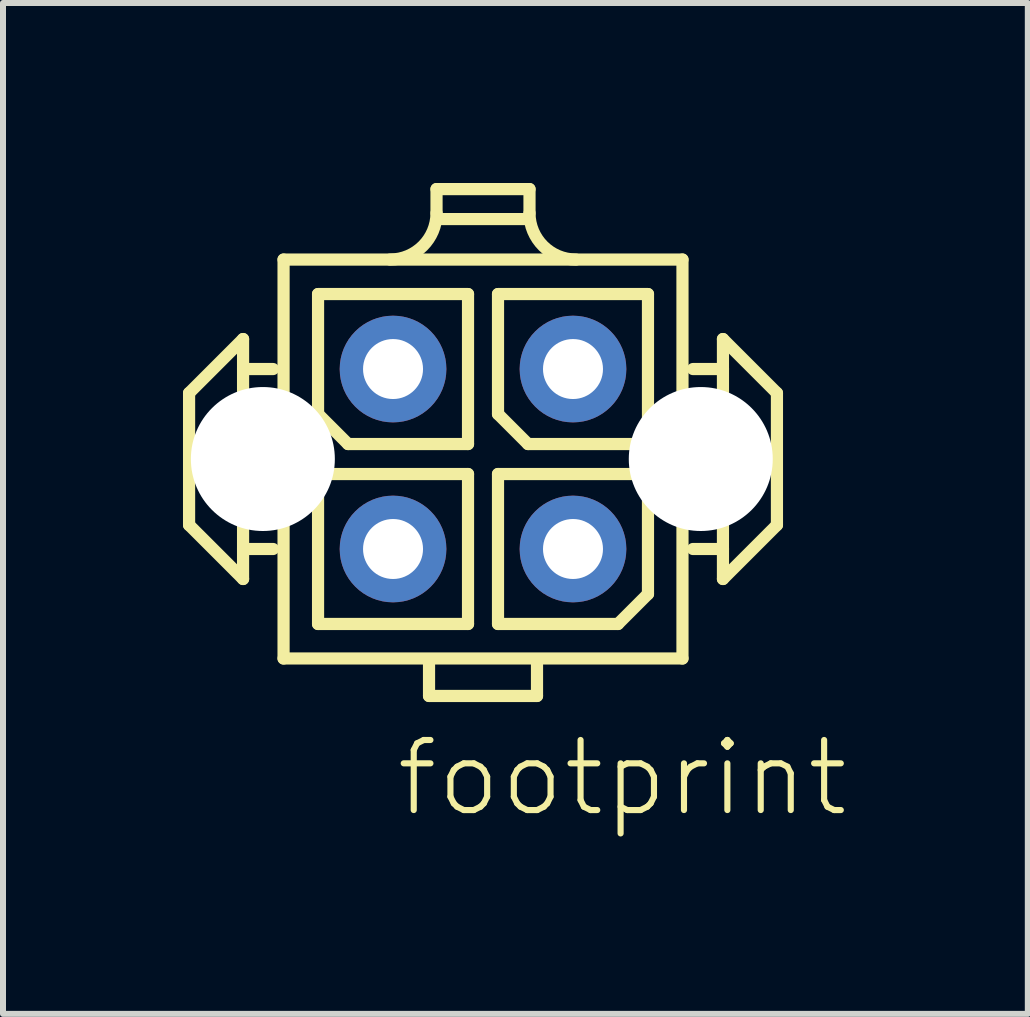
<source format=kicad_pcb>
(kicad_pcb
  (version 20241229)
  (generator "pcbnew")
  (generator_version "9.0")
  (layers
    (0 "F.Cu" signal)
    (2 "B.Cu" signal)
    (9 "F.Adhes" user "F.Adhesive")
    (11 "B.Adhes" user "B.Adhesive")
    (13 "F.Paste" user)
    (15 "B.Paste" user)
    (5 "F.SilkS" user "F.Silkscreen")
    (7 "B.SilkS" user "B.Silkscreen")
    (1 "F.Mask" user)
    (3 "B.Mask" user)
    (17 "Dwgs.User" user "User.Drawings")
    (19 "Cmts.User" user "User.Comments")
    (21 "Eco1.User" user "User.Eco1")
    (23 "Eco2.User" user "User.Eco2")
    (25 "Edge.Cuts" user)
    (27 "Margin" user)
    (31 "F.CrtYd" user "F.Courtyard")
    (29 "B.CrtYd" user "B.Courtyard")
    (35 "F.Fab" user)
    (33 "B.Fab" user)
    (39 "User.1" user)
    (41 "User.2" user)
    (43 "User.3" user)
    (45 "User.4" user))
  (footprint "footprint"
    (layer "F.Cu")
    (at 5.002 4.602)
    (property "Reference" "footprint" (at -1.5 6 0) (layer "F.SilkS") (effects (font (size 1.168 1.168) (thickness 0.102)) (justify left bottom)))
    (fp_line (start -4.9 -1.1) (end -4 -2) (stroke (width 0.203) (type solid)) (layer "F.SilkS"))
    (fp_line (start -4.9 1.1) (end -4.9 -1.1) (stroke (width 0.203) (type solid)) (layer "F.SilkS"))
    (fp_line (start -4 -2) (end -4 -1.5) (stroke (width 0.203) (type solid)) (layer "F.SilkS"))
    (fp_line (start -4 -1.5) (end -4 1.5) (stroke (width 0.203) (type solid)) (layer "F.SilkS"))
    (fp_line (start -4 -1.5) (end -3.5 -1.5) (stroke (width 0.203) (type solid)) (layer "F.SilkS"))
    (fp_line (start -4 1.5) (end -4 2) (stroke (width 0.203) (type solid)) (layer "F.SilkS"))
    (fp_line (start -4 1.5) (end -3.5 1.5) (stroke (width 0.203) (type solid)) (layer "F.SilkS"))
    (fp_line (start -4 2) (end -4.9 1.1) (stroke (width 0.203) (type solid)) (layer "F.SilkS"))
    (fp_line (start -3.325 -3.325) (end 3.325 -3.325) (stroke (width 0.203) (type solid)) (layer "F.SilkS"))
    (fp_line (start -3.325 3.325) (end -3.325 -3.325) (stroke (width 0.203) (type solid)) (layer "F.SilkS"))
    (fp_line (start -2.75 -2.75) (end -2.75 -0.75) (stroke (width 0.203) (type solid)) (layer "F.SilkS"))
    (fp_line (start -2.75 0.25) (end -2.75 2.75) (stroke (width 0.203) (type solid)) (layer "F.SilkS"))
    (fp_line (start -2.75 0.25) (end -0.25 0.25) (stroke (width 0.203) (type solid)) (layer "F.SilkS"))
    (fp_line (start -2.75 2.75) (end -0.25 2.75) (stroke (width 0.203) (type solid)) (layer "F.SilkS"))
    (fp_line (start -2.25 -0.25) (end -2.75 -0.75) (stroke (width 0.203) (type solid)) (layer "F.SilkS"))
    (fp_line (start -2.25 -0.25) (end -0.25 -0.25) (stroke (width 0.203) (type solid)) (layer "F.SilkS"))
    (fp_line (start -0.9 3.95) (end -0.9 3.4) (stroke (width 0.203) (type solid)) (layer "F.SilkS"))
    (fp_line (start -0.775 -4.5) (end 0.775 -4.5) (stroke (width 0.203) (type solid)) (layer "F.SilkS"))
    (fp_line (start -0.775 -4.1) (end -0.775 -4.5) (stroke (width 0.203) (type solid)) (layer "F.SilkS"))
    (fp_line (start -0.25 -2.75) (end -2.75 -2.75) (stroke (width 0.203) (type solid)) (layer "F.SilkS"))
    (fp_line (start -0.25 -2.75) (end -0.25 -0.25) (stroke (width 0.203) (type solid)) (layer "F.SilkS"))
    (fp_line (start -0.25 0.25) (end -0.25 2.75) (stroke (width 0.203) (type solid)) (layer "F.SilkS"))
    (fp_line (start 0.25 -2.75) (end 0.25 -0.75) (stroke (width 0.203) (type solid)) (layer "F.SilkS"))
    (fp_line (start 0.25 0.25) (end 0.25 2.75) (stroke (width 0.203) (type solid)) (layer "F.SilkS"))
    (fp_line (start 0.25 0.25) (end 2.75 0.25) (stroke (width 0.203) (type solid)) (layer "F.SilkS"))
    (fp_line (start 0.25 2.75) (end 2.25 2.75) (stroke (width 0.203) (type solid)) (layer "F.SilkS"))
    (fp_line (start 0.75 -4) (end -0.75 -4) (stroke (width 0.203) (type solid)) (layer "F.SilkS"))
    (fp_line (start 0.75 -0.25) (end 0.25 -0.75) (stroke (width 0.203) (type solid)) (layer "F.SilkS"))
    (fp_line (start 0.75 -0.25) (end 2.75 -0.25) (stroke (width 0.203) (type solid)) (layer "F.SilkS"))
    (fp_line (start 0.775 -4.1) (end 0.775 -4.5) (stroke (width 0.203) (type solid)) (layer "F.SilkS"))
    (fp_line (start 0.9 3.95) (end -0.9 3.95) (stroke (width 0.203) (type solid)) (layer "F.SilkS"))
    (fp_line (start 0.9 3.95) (end 0.9 3.425) (stroke (width 0.203) (type solid)) (layer "F.SilkS"))
    (fp_line (start 2.25 2.75) (end 2.75 2.25) (stroke (width 0.203) (type solid)) (layer "F.SilkS"))
    (fp_line (start 2.75 -2.75) (end 0.25 -2.75) (stroke (width 0.203) (type solid)) (layer "F.SilkS"))
    (fp_line (start 2.75 -0.25) (end 2.75 -2.75) (stroke (width 0.203) (type solid)) (layer "F.SilkS"))
    (fp_line (start 2.75 2.25) (end 2.75 0.25) (stroke (width 0.203) (type solid)) (layer "F.SilkS"))
    (fp_line (start 3.325 -3.325) (end 3.325 3.325) (stroke (width 0.203) (type solid)) (layer "F.SilkS"))
    (fp_line (start 3.325 3.325) (end -3.325 3.325) (stroke (width 0.203) (type solid)) (layer "F.SilkS"))
    (fp_line (start 4 -2) (end 4 -1.5) (stroke (width 0.203) (type solid)) (layer "F.SilkS"))
    (fp_line (start 4 -2) (end 4.9 -1.1) (stroke (width 0.203) (type solid)) (layer "F.SilkS"))
    (fp_line (start 4 -1.5) (end 3.5 -1.5) (stroke (width 0.203) (type solid)) (layer "F.SilkS"))
    (fp_line (start 4 -1.5) (end 4 1.5) (stroke (width 0.203) (type solid)) (layer "F.SilkS"))
    (fp_line (start 4 1.5) (end 3.5 1.5) (stroke (width 0.203) (type solid)) (layer "F.SilkS"))
    (fp_line (start 4 1.5) (end 4 2) (stroke (width 0.203) (type solid)) (layer "F.SilkS"))
    (fp_line (start 4.9 -1.1) (end 4.9 1.1) (stroke (width 0.203) (type solid)) (layer "F.SilkS"))
    (fp_line (start 4.9 1.1) (end 4 2) (stroke (width 0.203) (type solid)) (layer "F.SilkS"))
    (fp_arc (start -0.775 -4.1) (mid -1.001992 -3.551992) (end -1.55 -3.325) (stroke (width 0.2032) (type solid)) (layer "F.SilkS"))
    (fp_arc (start 1.55 -3.325) (mid 1.001992 -3.551992) (end 0.775 -4.1) (stroke (width 0.2032) (type solid)) (layer "F.SilkS"))
    (pad "" np_thru_hole circle (at -3.67 0) (size 2.4 2.4) (drill 2.4) (layers "*.Cu" "*.Mask"))
    (pad "" np_thru_hole circle (at 3.63 0) (size 2.4 2.4) (drill 2.4) (layers "*.Cu" "*.Mask"))
    (pad "1" thru_hole circle (at 1.5 1.5) (size 1.778 1.778) (drill 1) (layers "*.Cu" "*.Mask"))
    (pad "2" thru_hole circle (at 1.5 -1.5) (size 1.778 1.778) (drill 1) (layers "*.Cu" "*.Mask"))
    (pad "3" thru_hole circle (at -1.5 1.5) (size 1.778 1.778) (drill 1) (layers "*.Cu" "*.Mask"))
    (pad "4" thru_hole circle (at -1.5 -1.5) (size 1.778 1.778) (drill 1) (layers "*.Cu" "*.Mask")))
  (gr_rect
    (start -3 -3)
    (end 14.084 13.852)
    (stroke (width 0.1) (type default))
    (fill no)
    (layer "Edge.Cuts")))
</source>
